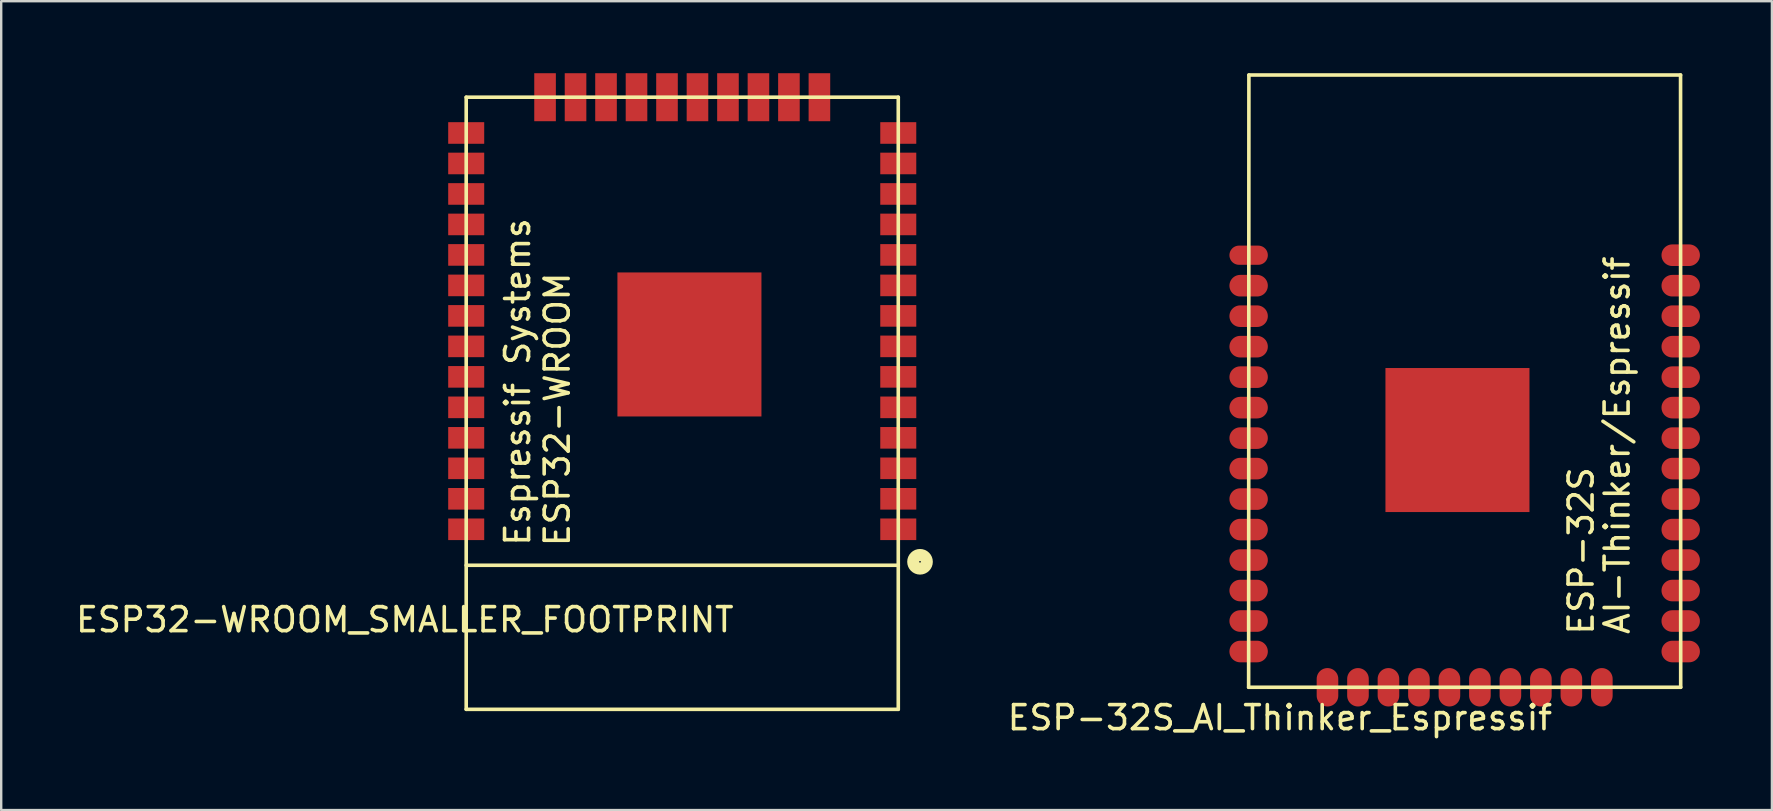
<source format=kicad_pcb>
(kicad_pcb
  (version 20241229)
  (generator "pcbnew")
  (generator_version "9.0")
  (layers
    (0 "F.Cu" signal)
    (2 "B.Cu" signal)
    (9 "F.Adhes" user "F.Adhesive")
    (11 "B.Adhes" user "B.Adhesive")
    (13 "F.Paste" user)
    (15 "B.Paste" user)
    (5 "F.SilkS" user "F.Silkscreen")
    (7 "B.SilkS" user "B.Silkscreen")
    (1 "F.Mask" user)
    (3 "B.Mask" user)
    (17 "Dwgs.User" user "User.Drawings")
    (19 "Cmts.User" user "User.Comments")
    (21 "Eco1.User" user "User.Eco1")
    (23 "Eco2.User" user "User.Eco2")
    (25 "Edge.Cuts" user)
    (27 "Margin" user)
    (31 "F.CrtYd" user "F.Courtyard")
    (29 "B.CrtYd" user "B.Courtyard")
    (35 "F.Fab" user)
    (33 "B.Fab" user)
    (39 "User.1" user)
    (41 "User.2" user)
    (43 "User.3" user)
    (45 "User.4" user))
  (footprint "ESP32-WROOM_SMALLER_FOOTPRINT"
    (layer "F.Cu")
    (at 25.372 13.75)
    (property "Reference" "ESP32-WROOM_SMALLER_FOOTPRINT" (at -11.557 9.017 0) (layer "F.SilkS") (effects (font (size 1 1) (thickness 0.15))))
    (attr through_hole)
    (fp_line (start -9 -12.75) (end 9 -12.75) (stroke (width 0.15) (type solid)) (layer "F.SilkS"))
    (fp_line (start -9 6.75) (end 9 6.75) (stroke (width 0.15) (type solid)) (layer "F.SilkS"))
    (fp_line (start -9 12.75) (end -9 -12.75) (stroke (width 0.15) (type solid)) (layer "F.SilkS"))
    (fp_line (start -9 12.75) (end 9 12.75) (stroke (width 0.15) (type solid)) (layer "F.SilkS"))
    (fp_line (start 9 12.75) (end 9 -12.75) (stroke (width 0.15) (type solid)) (layer "F.SilkS"))
    (fp_circle (center 9.906 6.604) (end 10.033 6.858) (stroke (width 0.5) (type solid)) (fill no) (layer "F.SilkS"))
    (fp_text user "Espressif Systems" (at -6.858 -0.889 90) (layer "F.SilkS") (effects (font (size 1 1) (thickness 0.15))))
    (fp_text user "ESP32-WROOM" (at -5.207 0.254 90) (layer "F.SilkS") (effects (font (size 1 1) (thickness 0.15))))
    (pad "1" smd rect (at 9 5.25) (size 1.5 0.9) (layers "F.Cu" "F.Mask" "F.Paste"))
    (pad "2" smd rect (at 9 3.98) (size 1.5 0.9) (layers "F.Cu" "F.Mask" "F.Paste"))
    (pad "3" smd rect (at 9 2.71) (size 1.5 0.9) (layers "F.Cu" "F.Mask" "F.Paste"))
    (pad "4" smd rect (at 9 1.44) (size 1.5 0.9) (layers "F.Cu" "F.Mask" "F.Paste"))
    (pad "5" smd rect (at 9 0.17) (size 1.5 0.9) (layers "F.Cu" "F.Mask" "F.Paste"))
    (pad "6" smd rect (at 9 -1.1) (size 1.5 0.9) (layers "F.Cu" "F.Mask" "F.Paste"))
    (pad "7" smd rect (at 9 -2.37) (size 1.5 0.9) (layers "F.Cu" "F.Mask" "F.Paste"))
    (pad "8" smd rect (at 9 -3.64) (size 1.5 0.9) (layers "F.Cu" "F.Mask" "F.Paste"))
    (pad "9" smd rect (at 9 -4.91) (size 1.5 0.9) (layers "F.Cu" "F.Mask" "F.Paste"))
    (pad "10" smd rect (at 9 -6.18) (size 1.5 0.9) (layers "F.Cu" "F.Mask" "F.Paste"))
    (pad "11" smd rect (at 9 -7.45) (size 1.5 0.9) (layers "F.Cu" "F.Mask" "F.Paste"))
    (pad "12" smd rect (at 9 -8.72) (size 1.5 0.9) (layers "F.Cu" "F.Mask" "F.Paste"))
    (pad "13" smd rect (at 9 -9.99) (size 1.5 0.9) (layers "F.Cu" "F.Mask" "F.Paste"))
    (pad "14" smd rect (at 9 -11.26) (size 1.5 0.9) (layers "F.Cu" "F.Mask" "F.Paste"))
    (pad "15" smd rect (at 5.715 -12.75) (size 0.9 2) (layers "F.Cu" "F.Mask" "F.Paste"))
    (pad "16" smd rect (at 4.445 -12.75) (size 0.9 2) (layers "F.Cu" "F.Mask" "F.Paste"))
    (pad "17" smd rect (at 3.175 -12.75) (size 0.9 2) (layers "F.Cu" "F.Mask" "F.Paste"))
    (pad "18" smd rect (at 1.905 -12.75) (size 0.9 2) (layers "F.Cu" "F.Mask" "F.Paste"))
    (pad "19" smd rect (at 0.635 -12.75) (size 0.9 2) (layers "F.Cu" "F.Mask" "F.Paste"))
    (pad "20" smd rect (at -0.635 -12.75) (size 0.9 2) (layers "F.Cu" "F.Mask" "F.Paste"))
    (pad "21" smd rect (at -1.905 -12.75) (size 0.9 2) (layers "F.Cu" "F.Mask" "F.Paste"))
    (pad "22" smd rect (at -3.175 -12.75) (size 0.9 2) (layers "F.Cu" "F.Mask" "F.Paste"))
    (pad "23" smd rect (at -4.445 -12.75) (size 0.9 2) (layers "F.Cu" "F.Mask" "F.Paste"))
    (pad "24" smd rect (at -5.715 -12.75) (size 0.9 2) (layers "F.Cu" "F.Mask" "F.Paste"))
    (pad "25" smd rect (at -9 -11.26) (size 1.5 0.9) (layers "F.Cu" "F.Mask" "F.Paste"))
    (pad "26" smd rect (at -9 -9.99) (size 1.5 0.9) (layers "F.Cu" "F.Mask" "F.Paste"))
    (pad "27" smd rect (at -9 -8.72) (size 1.5 0.9) (layers "F.Cu" "F.Mask" "F.Paste"))
    (pad "28" smd rect (at -9 -7.45) (size 1.5 0.9) (layers "F.Cu" "F.Mask" "F.Paste"))
    (pad "29" smd rect (at -9 -6.18) (size 1.5 0.9) (layers "F.Cu" "F.Mask" "F.Paste"))
    (pad "30" smd rect (at -9 -4.91) (size 1.5 0.9) (layers "F.Cu" "F.Mask" "F.Paste"))
    (pad "31" smd rect (at -9 -3.64) (size 1.5 0.9) (layers "F.Cu" "F.Mask" "F.Paste"))
    (pad "32" smd rect (at -9 -2.37) (size 1.5 0.9) (layers "F.Cu" "F.Mask" "F.Paste"))
    (pad "33" smd rect (at -9 -1.1) (size 1.5 0.9) (layers "F.Cu" "F.Mask" "F.Paste"))
    (pad "34" smd rect (at -9 0.17) (size 1.5 0.9) (layers "F.Cu" "F.Mask" "F.Paste"))
    (pad "35" smd rect (at -9 1.44) (size 1.5 0.9) (layers "F.Cu" "F.Mask" "F.Paste"))
    (pad "36" smd rect (at -9 2.71) (size 1.5 0.9) (layers "F.Cu" "F.Mask" "F.Paste"))
    (pad "37" smd rect (at -9 3.98) (size 1.5 0.9) (layers "F.Cu" "F.Mask" "F.Paste"))
    (pad "38" smd rect (at -9 5.25) (size 1.5 0.9) (layers "F.Cu" "F.Mask" "F.Paste"))
    (pad "39" smd rect (at 0.3 -2.45) (size 6 6) (layers "F.Cu" "F.Mask" "F.Paste")))
  (footprint "ESP-32S_AI_Thinker_Espressif"
    (layer "F.Cu")
    (at 58.021 17.099)
    (property "Reference" "ESP-32S_AI_Thinker_Espressif" (at -7.75 9.75 0) (layer "F.SilkS") (effects (font (size 1 1) (thickness 0.15))))
    (attr through_hole)
    (fp_line (start -9.042 -17.024) (end -9.053 8.483) (stroke (width 0.15) (type solid)) (layer "F.SilkS"))
    (fp_line (start -9.042 -17.024) (end 8.941 -17.024) (stroke (width 0.15) (type solid)) (layer "F.SilkS"))
    (fp_line (start 8.941 -17.024) (end 8.947 8.483) (stroke (width 0.15) (type solid)) (layer "F.SilkS"))
    (fp_line (start 8.947 8.483) (end -9.053 8.483) (stroke (width 0.15) (type solid)) (layer "F.SilkS"))
    (fp_text user "AI-Thinker/Espressif" (at 6.3 -1.6 90) (layer "F.SilkS") (effects (font (size 1 1) (thickness 0.15))))
    (fp_text user "ESP-32S" (at 4.8 2.8 90) (layer "F.SilkS") (effects (font (size 1 1) (thickness 0.15))))
    (pad "1" smd oval (at -9.053 -9.517 180) (size 1.6 0.8) (layers "F.Cu" "F.Mask" "F.Paste"))
    (pad "2" smd oval (at -9.053 -8.247 180) (size 1.6 0.9) (layers "F.Cu" "F.Mask" "F.Paste"))
    (pad "3" smd oval (at -9.053 -6.977 180) (size 1.6 0.9) (layers "F.Cu" "F.Mask" "F.Paste"))
    (pad "4" smd oval (at -9.053 -5.707 180) (size 1.6 0.9) (layers "F.Cu" "F.Mask" "F.Paste"))
    (pad "5" smd oval (at -9.053 -4.437 180) (size 1.6 0.9) (layers "F.Cu" "F.Mask" "F.Paste"))
    (pad "6" smd oval (at -9.053 -3.167 180) (size 1.6 0.9) (layers "F.Cu" "F.Mask" "F.Paste"))
    (pad "7" smd oval (at -9.053 -1.897 180) (size 1.6 0.9) (layers "F.Cu" "F.Mask" "F.Paste"))
    (pad "8" smd oval (at -9.053 -0.627 180) (size 1.6 0.9) (layers "F.Cu" "F.Mask" "F.Paste"))
    (pad "9" smd oval (at -9.053 0.643 180) (size 1.6 0.9) (layers "F.Cu" "F.Mask" "F.Paste"))
    (pad "10" smd oval (at -9.053 1.913 180) (size 1.6 0.9) (layers "F.Cu" "F.Mask" "F.Paste"))
    (pad "11" smd oval (at -9.053 3.183 180) (size 1.6 0.9) (layers "F.Cu" "F.Mask" "F.Paste"))
    (pad "12" smd oval (at -9.053 4.453 180) (size 1.6 0.9) (layers "F.Cu" "F.Mask" "F.Paste"))
    (pad "13" smd oval (at -9.053 5.723 180) (size 1.6 0.9) (layers "F.Cu" "F.Mask" "F.Paste"))
    (pad "14" smd oval (at -9.053 6.993 180) (size 1.6 0.9) (layers "F.Cu" "F.Mask" "F.Paste"))
    (pad "15" smd oval (at -5.768 8.483 180) (size 0.9 1.6) (layers "F.Cu" "F.Mask" "F.Paste"))
    (pad "16" smd oval (at -4.498 8.483 180) (size 0.9 1.6) (layers "F.Cu" "F.Mask" "F.Paste"))
    (pad "17" smd oval (at -3.228 8.483 180) (size 0.9 1.6) (layers "F.Cu" "F.Mask" "F.Paste"))
    (pad "18" smd oval (at -1.958 8.483 180) (size 0.9 1.6) (layers "F.Cu" "F.Mask" "F.Paste"))
    (pad "19" smd oval (at -0.688 8.483 180) (size 0.9 1.6) (layers "F.Cu" "F.Mask" "F.Paste"))
    (pad "20" smd oval (at 0.582 8.483 180) (size 0.9 1.6) (layers "F.Cu" "F.Mask" "F.Paste"))
    (pad "21" smd oval (at 1.852 8.483 180) (size 0.9 1.6) (layers "F.Cu" "F.Mask" "F.Paste"))
    (pad "22" smd oval (at 3.122 8.483 180) (size 0.9 1.6) (layers "F.Cu" "F.Mask" "F.Paste"))
    (pad "23" smd oval (at 4.392 8.483 180) (size 0.9 1.6) (layers "F.Cu" "F.Mask" "F.Paste"))
    (pad "24" smd oval (at 5.662 8.483 180) (size 0.9 1.6) (layers "F.Cu" "F.Mask" "F.Paste"))
    (pad "25" smd oval (at 8.947 6.993 180) (size 1.6 0.9) (layers "F.Cu" "F.Mask" "F.Paste"))
    (pad "26" smd oval (at 8.947 5.723 180) (size 1.6 0.9) (layers "F.Cu" "F.Mask" "F.Paste"))
    (pad "27" smd oval (at 8.947 4.453 180) (size 1.6 0.9) (layers "F.Cu" "F.Mask" "F.Paste"))
    (pad "28" smd oval (at 8.947 3.183 180) (size 1.6 0.9) (layers "F.Cu" "F.Mask" "F.Paste"))
    (pad "29" smd oval (at 8.947 1.913 180) (size 1.6 0.9) (layers "F.Cu" "F.Mask" "F.Paste"))
    (pad "30" smd oval (at 8.947 0.643 180) (size 1.6 0.9) (layers "F.Cu" "F.Mask" "F.Paste"))
    (pad "31" smd oval (at 8.947 -0.627 180) (size 1.6 0.9) (layers "F.Cu" "F.Mask" "F.Paste"))
    (pad "32" smd oval (at 8.947 -1.897 180) (size 1.6 0.9) (layers "F.Cu" "F.Mask" "F.Paste"))
    (pad "33" smd oval (at 8.947 -3.167 180) (size 1.6 0.9) (layers "F.Cu" "F.Mask" "F.Paste"))
    (pad "34" smd oval (at 8.947 -4.437 180) (size 1.6 0.9) (layers "F.Cu" "F.Mask" "F.Paste"))
    (pad "35" smd oval (at 8.947 -5.707 180) (size 1.6 0.9) (layers "F.Cu" "F.Mask" "F.Paste"))
    (pad "36" smd oval (at 8.947 -6.977 180) (size 1.6 0.9) (layers "F.Cu" "F.Mask" "F.Paste"))
    (pad "37" smd oval (at 8.947 -8.247 180) (size 1.6 0.9) (layers "F.Cu" "F.Mask" "F.Paste"))
    (pad "38" smd oval (at 8.947 -9.517 180) (size 1.6 0.9) (layers "F.Cu" "F.Mask" "F.Paste"))
    (pad "39" smd rect (at -0.353 -1.817 180) (size 6 6) (layers "F.Cu" "F.Mask" "F.Paste")))
  (gr_rect
    (start -3 -3)
    (end 70.768 30.697)
    (stroke (width 0.1) (type default))
    (fill no)
    (layer "Edge.Cuts")))
</source>
